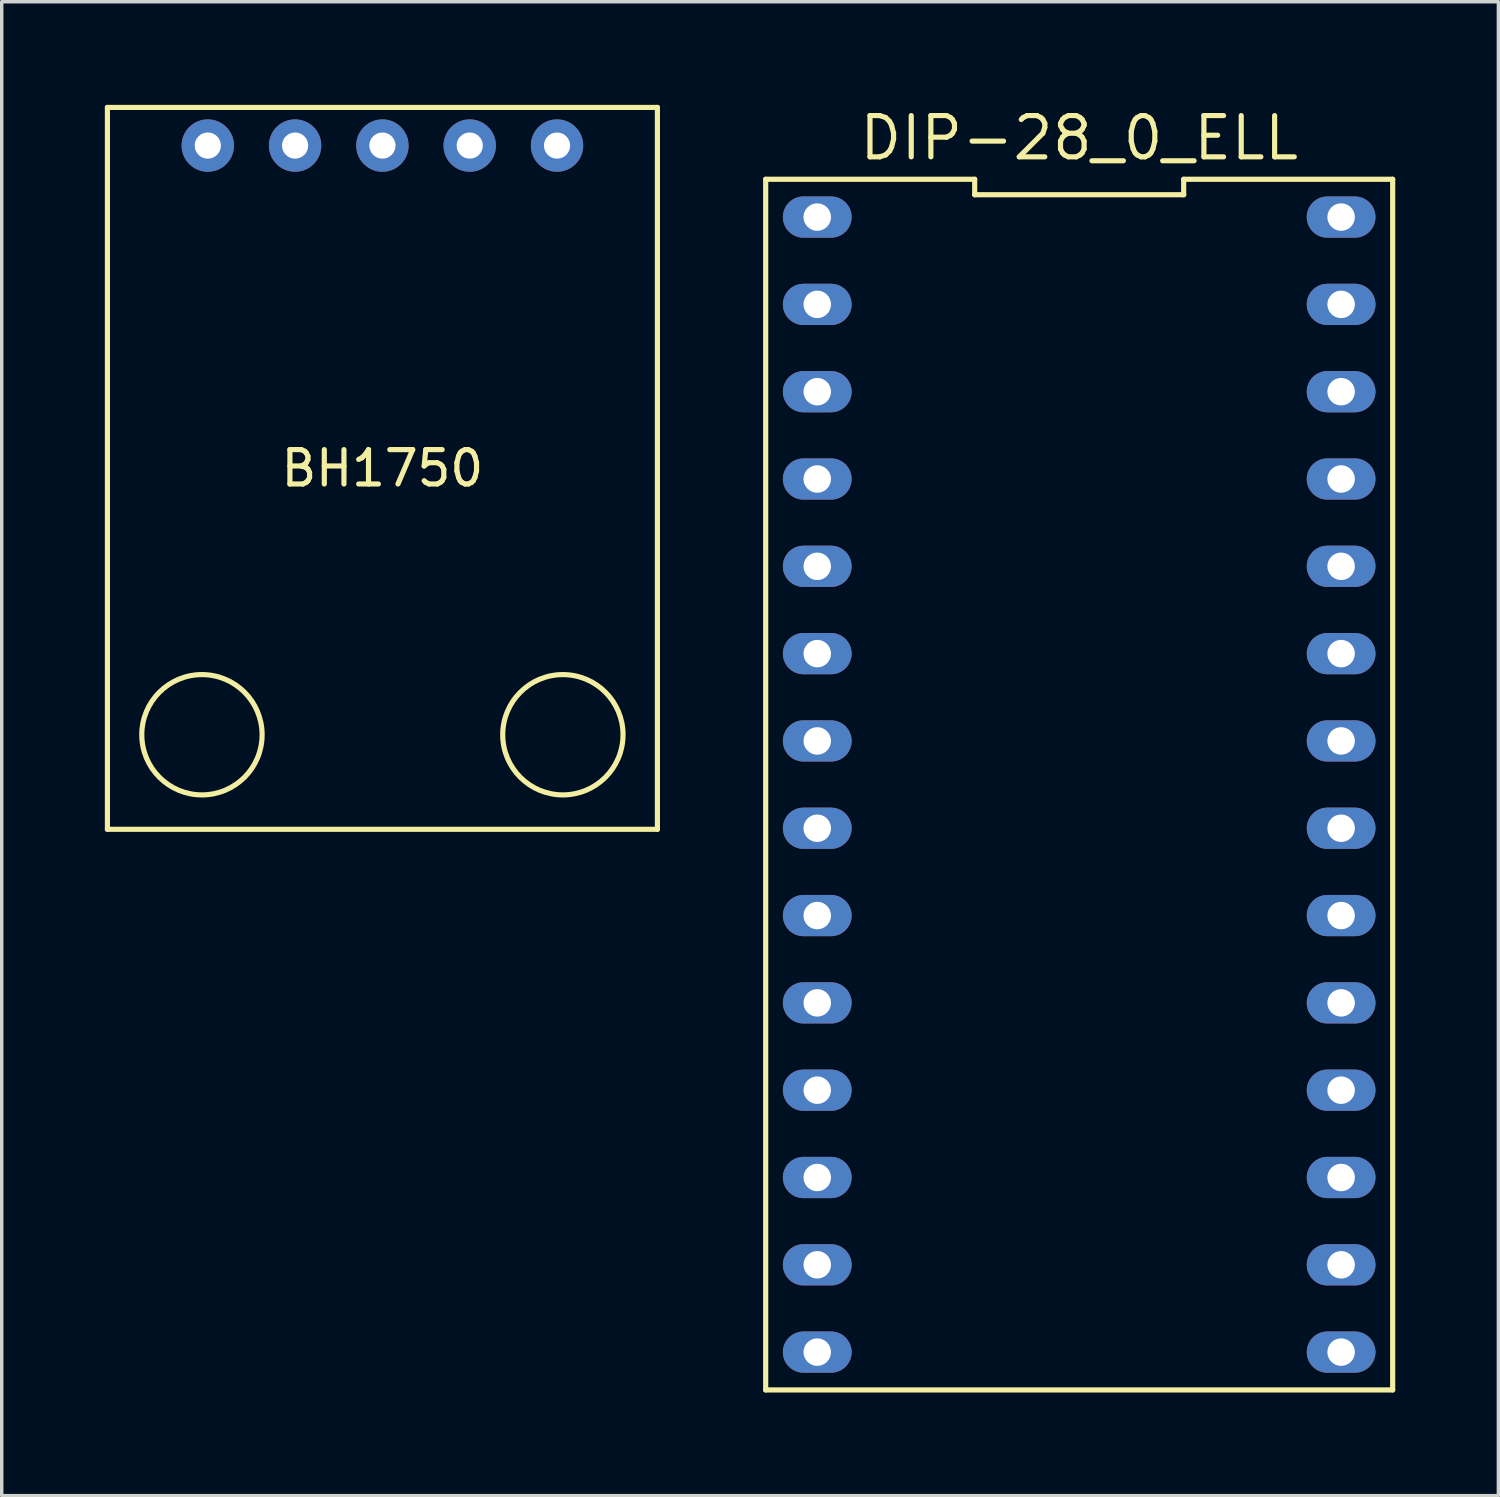
<source format=kicad_pcb>
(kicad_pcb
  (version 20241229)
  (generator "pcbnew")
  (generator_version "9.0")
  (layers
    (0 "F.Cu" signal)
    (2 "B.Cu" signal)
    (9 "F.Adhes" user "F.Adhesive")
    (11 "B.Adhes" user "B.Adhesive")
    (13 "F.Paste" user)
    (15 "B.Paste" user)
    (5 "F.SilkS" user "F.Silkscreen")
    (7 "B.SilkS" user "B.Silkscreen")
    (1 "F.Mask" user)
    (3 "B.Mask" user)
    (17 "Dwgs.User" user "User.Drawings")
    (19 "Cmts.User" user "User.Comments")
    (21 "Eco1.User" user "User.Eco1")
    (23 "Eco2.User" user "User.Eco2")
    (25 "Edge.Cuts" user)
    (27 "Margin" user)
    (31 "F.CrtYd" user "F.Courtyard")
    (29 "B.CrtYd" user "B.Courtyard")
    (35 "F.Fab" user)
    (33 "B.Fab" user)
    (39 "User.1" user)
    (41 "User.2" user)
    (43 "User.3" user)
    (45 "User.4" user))
  (footprint "DIP-28_0_ELL"
    (layer "F.Cu")
    (at 28.345 19.775)
    (property "Reference" "DIP-28_0_ELL" (at 0 -18.81 0) (layer "F.SilkS") (effects (font (size 1.2 1.2) (thickness 0.15))))
    (attr through_hole)
    (fp_line (start -9.12 17.61) (end 9.12 17.61) (stroke (width 0.15) (type solid)) (layer "F.SilkS"))
    (fp_line (start -9.12 -17.61) (end -9.12 17.61) (stroke (width 0.15) (type solid)) (layer "F.SilkS"))
    (fp_line (start -3.04 -17.61) (end -9.12 -17.61) (stroke (width 0.15) (type solid)) (layer "F.SilkS"))
    (fp_line (start -3.04 -17.16) (end -3.04 -17.61) (stroke (width 0.15) (type solid)) (layer "F.SilkS"))
    (fp_line (start 3.04 -17.61) (end 3.04 -17.16) (stroke (width 0.15) (type solid)) (layer "F.SilkS"))
    (fp_line (start 3.04 -17.16) (end -3.04 -17.16) (stroke (width 0.15) (type solid)) (layer "F.SilkS"))
    (fp_line (start 9.12 17.61) (end 9.12 -17.61) (stroke (width 0.15) (type solid)) (layer "F.SilkS"))
    (fp_line (start 9.12 -17.61) (end 3.04 -17.61) (stroke (width 0.15) (type solid)) (layer "F.SilkS"))
    (pad "1" thru_hole oval (at -7.62 -16.51 270) (size 1.2 2) (drill 0.8) (layers "*.Cu" "*.Mask"))
    (pad "2" thru_hole oval (at -7.62 -13.97 270) (size 1.2 2) (drill 0.8) (layers "*.Cu" "*.Mask"))
    (pad "3" thru_hole oval (at -7.62 -11.43 270) (size 1.2 2) (drill 0.8) (layers "*.Cu" "*.Mask"))
    (pad "4" thru_hole oval (at -7.62 -8.89 270) (size 1.2 2) (drill 0.8) (layers "*.Cu" "*.Mask"))
    (pad "5" thru_hole oval (at -7.62 -6.35 270) (size 1.2 2) (drill 0.8) (layers "*.Cu" "*.Mask"))
    (pad "6" thru_hole oval (at -7.62 -3.81 270) (size 1.2 2) (drill 0.8) (layers "*.Cu" "*.Mask"))
    (pad "7" thru_hole oval (at -7.62 -1.27 270) (size 1.2 2) (drill 0.8) (layers "*.Cu" "*.Mask"))
    (pad "8" thru_hole oval (at -7.62 1.27 270) (size 1.2 2) (drill 0.8) (layers "*.Cu" "*.Mask"))
    (pad "9" thru_hole oval (at -7.62 3.81 270) (size 1.2 2) (drill 0.8) (layers "*.Cu" "*.Mask"))
    (pad "10" thru_hole oval (at -7.62 6.35 270) (size 1.2 2) (drill 0.8) (layers "*.Cu" "*.Mask"))
    (pad "11" thru_hole oval (at -7.62 8.89 270) (size 1.2 2) (drill 0.8) (layers "*.Cu" "*.Mask"))
    (pad "12" thru_hole oval (at -7.62 11.43 270) (size 1.2 2) (drill 0.8) (layers "*.Cu" "*.Mask"))
    (pad "13" thru_hole oval (at -7.62 13.97 270) (size 1.2 2) (drill 0.8) (layers "*.Cu" "*.Mask"))
    (pad "14" thru_hole oval (at -7.62 16.51 270) (size 1.2 2) (drill 0.8) (layers "*.Cu" "*.Mask"))
    (pad "15" thru_hole oval (at 7.62 16.51 270) (size 1.2 2) (drill 0.8) (layers "*.Cu" "*.Mask"))
    (pad "16" thru_hole oval (at 7.62 13.97 270) (size 1.2 2) (drill 0.8) (layers "*.Cu" "*.Mask"))
    (pad "17" thru_hole oval (at 7.62 11.43 270) (size 1.2 2) (drill 0.8) (layers "*.Cu" "*.Mask"))
    (pad "18" thru_hole oval (at 7.62 8.89 270) (size 1.2 2) (drill 0.8) (layers "*.Cu" "*.Mask"))
    (pad "19" thru_hole oval (at 7.62 6.35 270) (size 1.2 2) (drill 0.8) (layers "*.Cu" "*.Mask"))
    (pad "20" thru_hole oval (at 7.62 3.81 270) (size 1.2 2) (drill 0.8) (layers "*.Cu" "*.Mask"))
    (pad "21" thru_hole oval (at 7.62 1.27 270) (size 1.2 2) (drill 0.8) (layers "*.Cu" "*.Mask"))
    (pad "22" thru_hole oval (at 7.62 -1.27 270) (size 1.2 2) (drill 0.8) (layers "*.Cu" "*.Mask"))
    (pad "23" thru_hole oval (at 7.62 -3.81 270) (size 1.2 2) (drill 0.8) (layers "*.Cu" "*.Mask"))
    (pad "24" thru_hole oval (at 7.62 -6.35 270) (size 1.2 2) (drill 0.8) (layers "*.Cu" "*.Mask"))
    (pad "25" thru_hole oval (at 7.62 -8.89 270) (size 1.2 2) (drill 0.8) (layers "*.Cu" "*.Mask"))
    (pad "26" thru_hole oval (at 7.62 -11.43 270) (size 1.2 2) (drill 0.8) (layers "*.Cu" "*.Mask"))
    (pad "27" thru_hole oval (at 7.62 -13.97 270) (size 1.2 2) (drill 0.8) (layers "*.Cu" "*.Mask"))
    (pad "28" thru_hole oval (at 7.62 -16.51 270) (size 1.2 2) (drill 0.8) (layers "*.Cu" "*.Mask")))
  (footprint "BH1750"
    (layer "F.Cu")
    (at 8.075 10.075)
    (property "Reference" "BH1750" (at 0 0.5 0) (layer "F.SilkS") (effects (font (size 1 1) (thickness 0.15))))
    (attr through_hole)
    (fp_line (start -8 -10) (end -8 11) (stroke (width 0.15) (type solid)) (layer "F.SilkS"))
    (fp_line (start -8 11) (end 8 11) (stroke (width 0.15) (type solid)) (layer "F.SilkS"))
    (fp_line (start 8 -10) (end -8 -10) (stroke (width 0.15) (type solid)) (layer "F.SilkS"))
    (fp_line (start 8 11) (end 8 -10) (stroke (width 0.15) (type solid)) (layer "F.SilkS"))
    (fp_circle (center -5.25 8.25) (end -3.5 8.25) (stroke (width 0.15) (type solid)) (fill no) (layer "F.SilkS"))
    (fp_circle (center 5.25 8.25) (end 7 8.25) (stroke (width 0.15) (type solid)) (fill no) (layer "F.SilkS"))
    (pad "1" thru_hole circle (at 5.08 -8.89) (size 1.524 1.524) (drill 0.762) (layers "*.Cu" "*.Mask"))
    (pad "2" thru_hole circle (at 2.54 -8.89) (size 1.524 1.524) (drill 0.762) (layers "*.Cu" "*.Mask"))
    (pad "3" thru_hole circle (at 0 -8.89) (size 1.524 1.524) (drill 0.762) (layers "*.Cu" "*.Mask"))
    (pad "4" thru_hole circle (at -2.54 -8.89) (size 1.524 1.524) (drill 0.762) (layers "*.Cu" "*.Mask"))
    (pad "5" thru_hole circle (at -5.08 -8.89) (size 1.524 1.524) (drill 0.762) (layers "*.Cu" "*.Mask")))
  (gr_rect
    (start -3 -3)
    (end 40.54 40.46)
    (stroke (width 0.1) (type default))
    (fill no)
    (layer "Edge.Cuts")))
</source>
